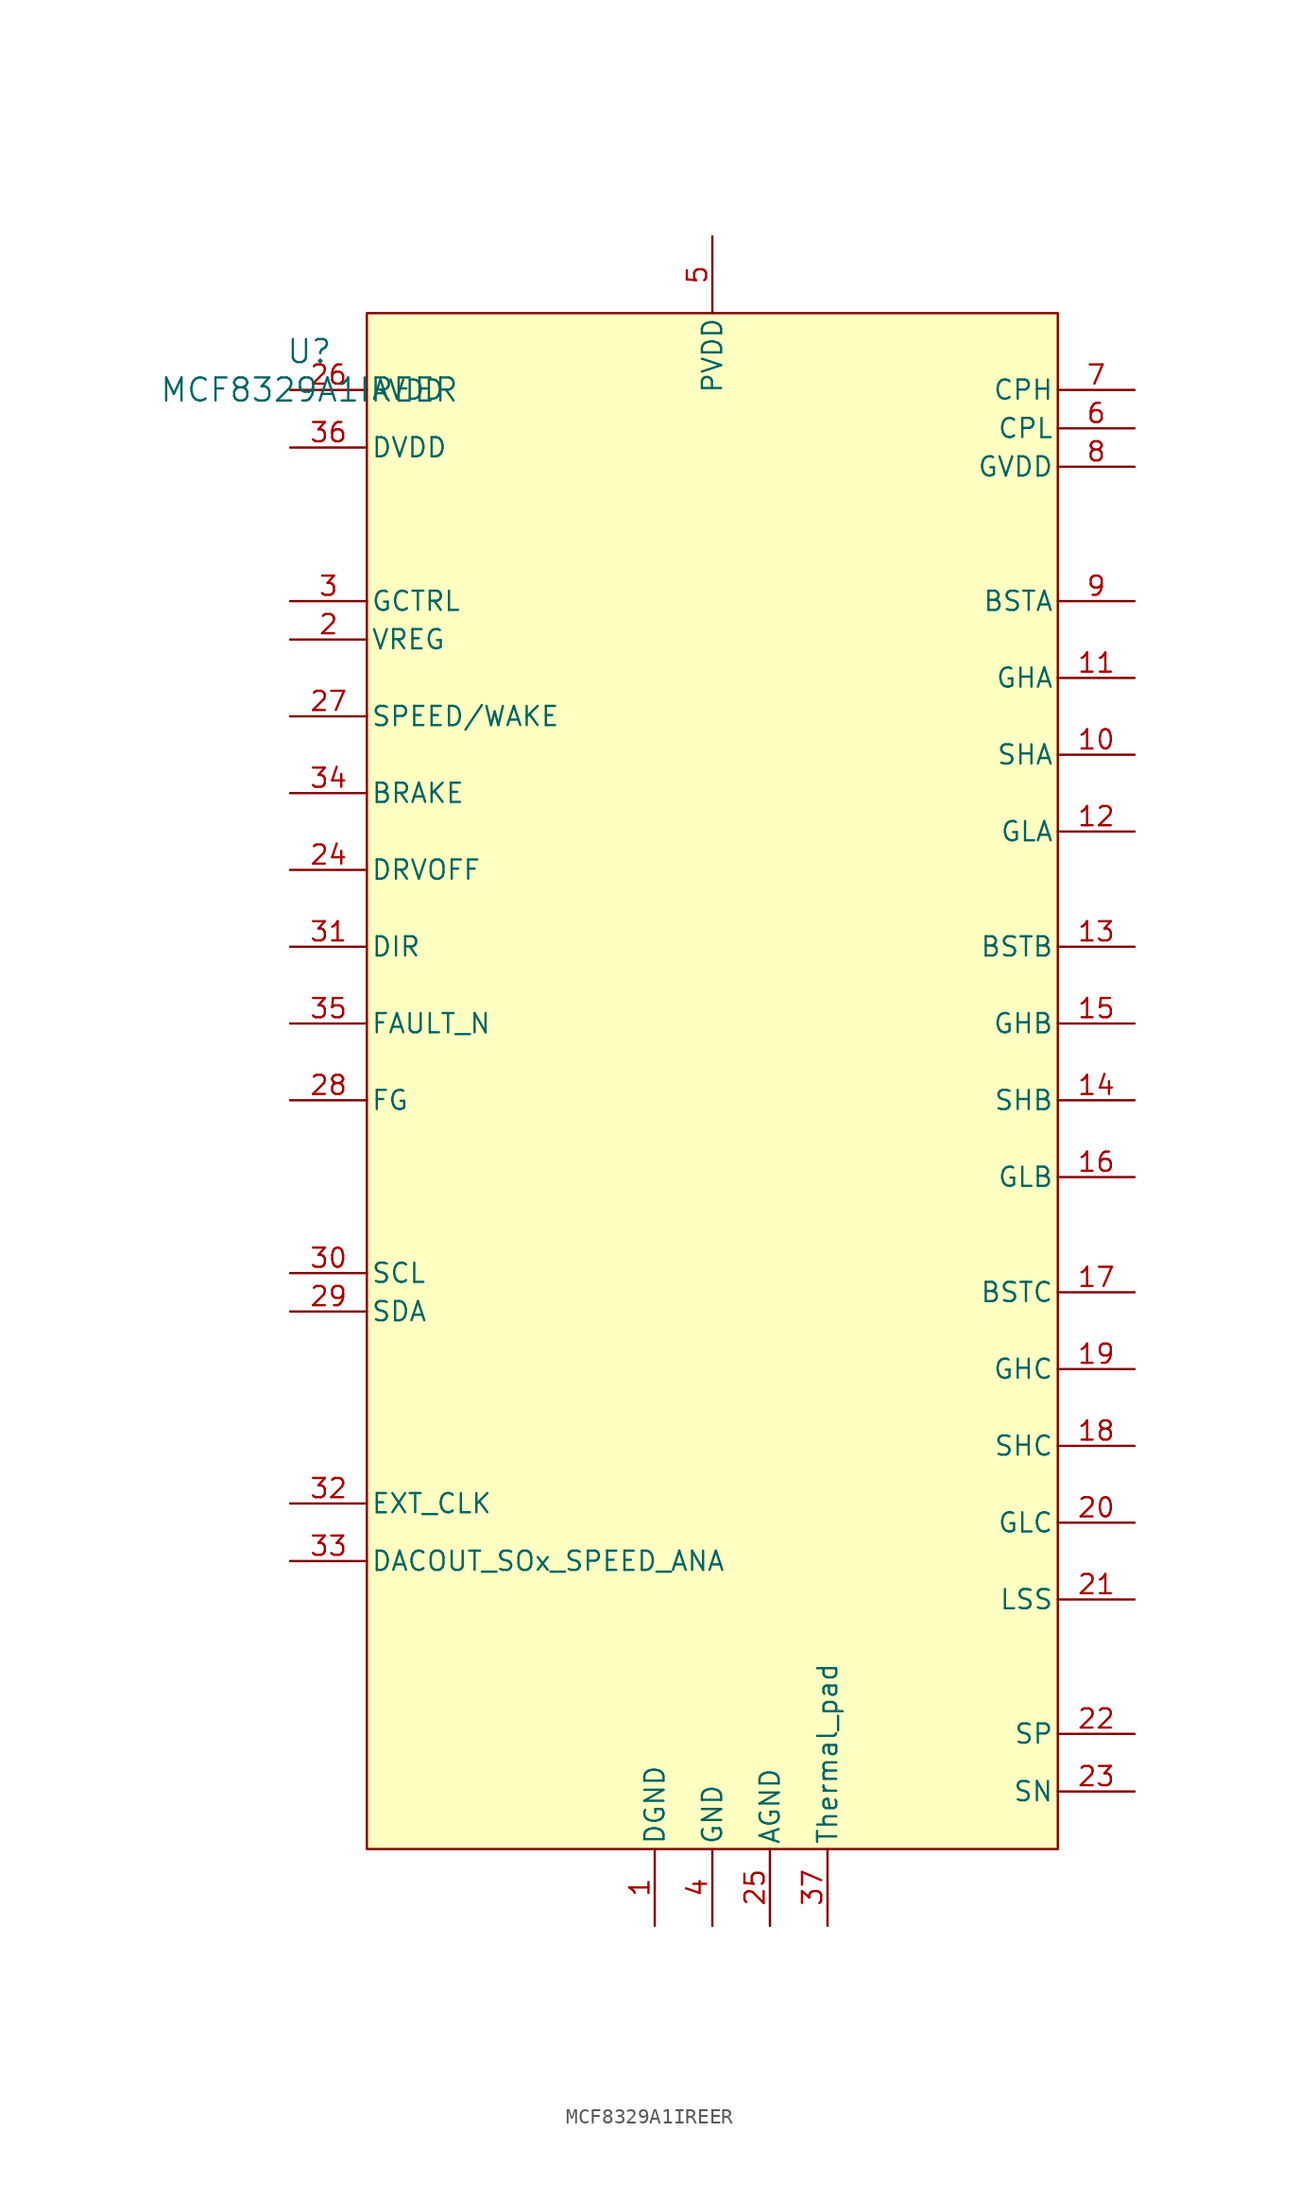
<source format=kicad_sym>
(kicad_symbol_lib
  (version 20241209)
  (generator "kicad_symbol_editor")
  (generator_version "9.0")
  (symbol "MCF8329A1IREER"
    (pin_names
      (offset 0.254))
    (property "Reference" "U"
      (at 0 2.54 0)
      (effects (font (size 1.524 1.524))))
    (property "Value" "MCF8329A1IREER"
      (at 0 0 0)
      (effects (font (size 1.524 1.524))))
    (symbol "MCF8329A1IREER_0_1"
      (pin power_in line (at -1.27 0 0) (length 5.08) (name "AVDD" (effects (font (size 1.27 1.27)))) (number "26" (effects (font (size 1.27 1.27)))))
      (pin power_in line (at -1.27 -3.81 0) (length 5.08) (name "DVDD" (effects (font (size 1.27 1.27)))) (number "36" (effects (font (size 1.27 1.27)))))
      (pin unspecified line (at -1.27 -13.97 0) (length 5.08) (name "GCTRL" (effects (font (size 1.27 1.27)))) (number "3" (effects (font (size 1.27 1.27)))))
      (pin power_in line (at -1.27 -16.51 0) (length 5.08) (name "VREG" (effects (font (size 1.27 1.27)))) (number "2" (effects (font (size 1.27 1.27)))))
      (pin input line (at -1.27 -26.67 0) (length 5.08) (name "BRAKE" (effects (font (size 1.27 1.27)))) (number "34" (effects (font (size 1.27 1.27)))))
      (pin input line (at -1.27 -31.75 0) (length 5.08) (name "DRVOFF" (effects (font (size 1.27 1.27)))) (number "24" (effects (font (size 1.27 1.27)))))
      (pin input line (at -1.27 -36.83 0) (length 5.08) (name "DIR" (effects (font (size 1.27 1.27)))) (number "31" (effects (font (size 1.27 1.27)))))
      (pin open_collector line (at -1.27 -41.91 0) (length 5.08) (name "FAULT_N" (effects (font (size 1.27 1.27)))) (number "35" (effects (font (size 1.27 1.27)))))
      (pin open_collector line (at -1.27 -46.99 0) (length 5.08) (name "FG" (effects (font (size 1.27 1.27)))) (number "28" (effects (font (size 1.27 1.27)))))
      (pin input line (at -1.27 -58.42 0) (length 5.08) (name "SCL" (effects (font (size 1.27 1.27)))) (number "30" (effects (font (size 1.27 1.27)))))
      (pin bidirectional line (at -1.27 -60.96 0) (length 5.08) (name "SDA" (effects (font (size 1.27 1.27)))) (number "29" (effects (font (size 1.27 1.27)))))
      (pin input line (at -1.27 -73.66 0) (length 5.08) (name "EXT_CLK" (effects (font (size 1.27 1.27)))) (number "32" (effects (font (size 1.27 1.27)))))
      (pin bidirectional line (at -1.27 -77.47 0) (length 5.08) (name "DACOUT_SOx_SPEED_ANA" (effects (font (size 1.27 1.27)))) (number "33" (effects (font (size 1.27 1.27)))))
      (pin power_in line (at 22.86 -101.6 90) (length 5.08) (name "DGND" (effects (font (size 1.27 1.27)))) (number "1" (effects (font (size 1.27 1.27)))))
      (pin power_in line (at 26.67 10.16 270) (length 5.08) (name "PVDD" (effects (font (size 1.27 1.27)))) (number "5" (effects (font (size 1.27 1.27)))))
      (pin power_in line (at 26.67 -101.6 90) (length 5.08) (name "GND" (effects (font (size 1.27 1.27)))) (number "4" (effects (font (size 1.27 1.27)))))
      (pin power_in line (at 30.48 -101.6 90) (length 5.08) (name "AGND" (effects (font (size 1.27 1.27)))) (number "25" (effects (font (size 1.27 1.27)))))
      (pin power_in line (at 34.29 -101.6 90) (length 5.08) (name "Thermal_pad" (effects (font (size 1.27 1.27)))) (number "37" (effects (font (size 1.27 1.27)))))
      (pin unspecified line (at 54.61 0 180) (length 5.08) (name "CPH" (effects (font (size 1.27 1.27)))) (number "7" (effects (font (size 1.27 1.27)))))
      (pin unspecified line (at 54.61 -2.54 180) (length 5.08) (name "CPL" (effects (font (size 1.27 1.27)))) (number "6" (effects (font (size 1.27 1.27)))))
      (pin power_in line (at 54.61 -5.08 180) (length 5.08) (name "GVDD" (effects (font (size 1.27 1.27)))) (number "8" (effects (font (size 1.27 1.27)))))
      (pin unspecified line (at 54.61 -13.97 180) (length 5.08) (name "BSTA" (effects (font (size 1.27 1.27)))) (number "9" (effects (font (size 1.27 1.27)))))
      (pin unspecified line (at 54.61 -19.05 180) (length 5.08) (name "GHA" (effects (font (size 1.27 1.27)))) (number "11" (effects (font (size 1.27 1.27)))))
      (pin unspecified line (at 54.61 -24.13 180) (length 5.08) (name "SHA" (effects (font (size 1.27 1.27)))) (number "10" (effects (font (size 1.27 1.27)))))
      (pin unspecified line (at 54.61 -29.21 180) (length 5.08) (name "GLA" (effects (font (size 1.27 1.27)))) (number "12" (effects (font (size 1.27 1.27)))))
      (pin unspecified line (at 54.61 -36.83 180) (length 5.08) (name "BSTB" (effects (font (size 1.27 1.27)))) (number "13" (effects (font (size 1.27 1.27)))))
      (pin unspecified line (at 54.61 -41.91 180) (length 5.08) (name "GHB" (effects (font (size 1.27 1.27)))) (number "15" (effects (font (size 1.27 1.27)))))
      (pin unspecified line (at 54.61 -46.99 180) (length 5.08) (name "SHB" (effects (font (size 1.27 1.27)))) (number "14" (effects (font (size 1.27 1.27)))))
      (pin unspecified line (at 54.61 -52.07 180) (length 5.08) (name "GLB" (effects (font (size 1.27 1.27)))) (number "16" (effects (font (size 1.27 1.27)))))
      (pin unspecified line (at 54.61 -59.69 180) (length 5.08) (name "BSTC" (effects (font (size 1.27 1.27)))) (number "17" (effects (font (size 1.27 1.27)))))
      (pin unspecified line (at 54.61 -64.77 180) (length 5.08) (name "GHC" (effects (font (size 1.27 1.27)))) (number "19" (effects (font (size 1.27 1.27)))))
      (pin unspecified line (at 54.61 -69.85 180) (length 5.08) (name "SHC" (effects (font (size 1.27 1.27)))) (number "18" (effects (font (size 1.27 1.27)))))
      (pin unspecified line (at 54.61 -74.93 180) (length 5.08) (name "GLC" (effects (font (size 1.27 1.27)))) (number "20" (effects (font (size 1.27 1.27)))))
      (pin power_in line (at 54.61 -80.01 180) (length 5.08) (name "LSS" (effects (font (size 1.27 1.27)))) (number "21" (effects (font (size 1.27 1.27)))))
      (pin tri_state line (at 54.61 -88.9 180) (length 5.08) (name "SP" (effects (font (size 1.27 1.27)))) (number "22" (effects (font (size 1.27 1.27)))))
      (pin tri_state line (at 54.61 -92.71 180) (length 5.08) (name "SN" (effects (font (size 1.27 1.27)))) (number "23" (effects (font (size 1.27 1.27))))))
    (symbol "MCF8329A1IREER_1_1"
      (rectangle (start 3.81 5.08) (end 49.53 -96.52) (stroke (width 0) (type solid)) (fill (type background)))
      (pin input line (at -1.27 -21.59 0) (length 5.08) (name "SPEED/WAKE" (effects (font (size 1.27 1.27)))) (number "27" (effects (font (size 1.27 1.27))))))))
</source>
